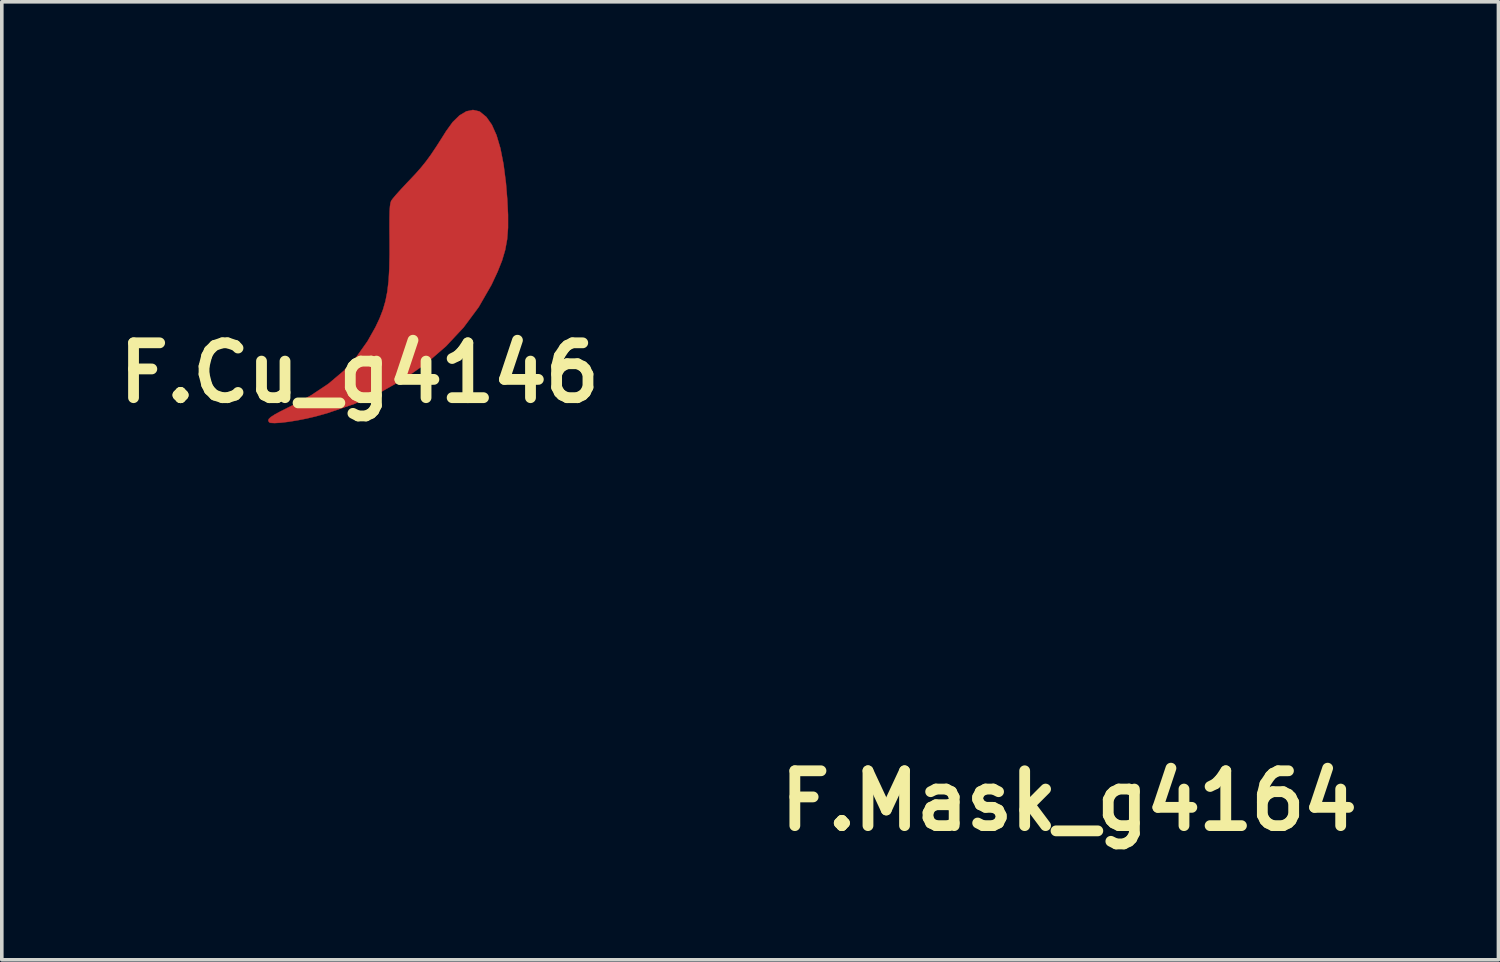
<source format=kicad_pcb>
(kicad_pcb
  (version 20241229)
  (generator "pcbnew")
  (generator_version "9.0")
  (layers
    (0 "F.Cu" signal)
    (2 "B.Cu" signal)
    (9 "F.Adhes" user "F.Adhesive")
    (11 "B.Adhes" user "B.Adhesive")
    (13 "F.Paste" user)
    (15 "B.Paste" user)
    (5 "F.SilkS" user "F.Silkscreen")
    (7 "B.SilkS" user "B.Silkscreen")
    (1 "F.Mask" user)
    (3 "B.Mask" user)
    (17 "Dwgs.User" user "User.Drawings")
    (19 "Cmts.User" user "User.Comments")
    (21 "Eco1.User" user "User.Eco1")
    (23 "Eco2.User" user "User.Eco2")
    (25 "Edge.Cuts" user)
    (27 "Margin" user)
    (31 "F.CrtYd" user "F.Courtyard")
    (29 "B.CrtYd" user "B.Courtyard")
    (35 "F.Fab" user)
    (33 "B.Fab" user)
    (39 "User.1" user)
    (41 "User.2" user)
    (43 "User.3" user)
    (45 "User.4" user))
  (footprint "F.Cu_g4146"
    (layer "F.Cu")
    (at 6.938 7.311)
    (property "Reference" "F.Cu_g4146" (at 0 0 0) (layer "F.SilkS") (effects (font (size 1.524 1.524) (thickness 0.3))))
    (attr through_hole)
    (fp_poly (pts (xy 3.326 -7.267) (xy 3.354 -7.252) (xy 3.528 -7.109) (xy 3.679 -6.894) (xy 3.809 -6.604) (xy 3.917 -6.239) (xy 4.004 -5.796) (xy 4.071 -5.273) (xy 4.108 -4.817) (xy 4.129 -4.392) (xy 4.129 -4.03) (xy 4.104 -3.711) (xy 4.05 -3.415) (xy 3.963 -3.121) (xy 3.839 -2.81) (xy 3.676 -2.462) (xy 3.662 -2.434) (xy 3.314 -1.829) (xy 2.894 -1.263) (xy 2.405 -0.74) (xy 1.853 -0.262) (xy 1.242 0.166) (xy 0.576 0.542) (xy -0.141 0.862) (xy -0.905 1.123) (xy -1.218 1.21) (xy -1.473 1.27) (xy -1.729 1.32) (xy -1.971 1.359) (xy -2.185 1.385) (xy -2.357 1.395) (xy -2.471 1.389) (xy -2.508 1.374) (xy -2.533 1.331) (xy -2.522 1.285) (xy -2.466 1.23) (xy -2.357 1.159) (xy -2.188 1.067) (xy -1.951 0.948) (xy -1.894 0.92) (xy -1.338 0.621) (xy -0.857 0.299) (xy -0.442 -0.052) (xy -0.085 -0.442) (xy 0.224 -0.878) (xy 0.445 -1.27) (xy 0.56 -1.514) (xy 0.652 -1.751) (xy 0.723 -1.995) (xy 0.775 -2.258) (xy 0.81 -2.555) (xy 0.83 -2.898) (xy 0.838 -3.3) (xy 0.837 -3.704) (xy 0.834 -4.036) (xy 0.835 -4.294) (xy 0.839 -4.486) (xy 0.848 -4.624) (xy 0.862 -4.718) (xy 0.88 -4.776) (xy 0.884 -4.784) (xy 0.934 -4.851) (xy 1.03 -4.964) (xy 1.163 -5.111) (xy 1.318 -5.277) (xy 1.393 -5.355) (xy 1.564 -5.537) (xy 1.712 -5.705) (xy 1.849 -5.875) (xy 1.987 -6.064) (xy 2.136 -6.286) (xy 2.31 -6.559) (xy 2.409 -6.717) (xy 2.591 -6.969) (xy 2.78 -7.153) (xy 2.97 -7.267) (xy 3.154 -7.306) (xy 3.326 -7.267)) (stroke (width 0.01) (type solid)) (fill yes) (layer "F.Cu")))
  (footprint "F.Mask_g4164"
    (layer "F.Cu")
    (at 26.657 19.203)
    (property "Reference" "F.Mask_g4164" (at 0 0 0) (layer "F.SilkS") (effects (font (size 1.524 1.524) (thickness 0.3))))
    (attr through_hole)
    (fp_poly (pts (xy -4.283 -7.13) (xy -3.866 -6.997) (xy -3.457 -6.791) (xy -3.058 -6.512) (xy -2.676 -6.161) (xy -2.316 -5.739) (xy -2.222 -5.611) (xy -1.943 -5.161) (xy -1.747 -4.703) (xy -1.63 -4.231) (xy -1.591 -3.737) (xy -1.591 -3.725) (xy -1.629 -3.234) (xy -1.74 -2.773) (xy -1.92 -2.347) (xy -2.163 -1.965) (xy -2.464 -1.631) (xy -2.818 -1.353) (xy -3.221 -1.138) (xy -3.662 -0.993) (xy -3.921 -0.952) (xy -4.227 -0.935) (xy -4.548 -0.943) (xy -4.849 -0.973) (xy -5.059 -1.015) (xy -5.503 -1.165) (xy -5.897 -1.369) (xy -6.26 -1.64) (xy -6.531 -1.901) (xy -6.851 -2.293) (xy -7.099 -2.716) (xy -7.279 -3.18) (xy -7.396 -3.687) (xy -7.429 -3.915) (xy -7.444 -4.101) (xy -7.442 -4.284) (xy -7.423 -4.504) (xy -7.417 -4.557) (xy -7.338 -5.029) (xy -7.207 -5.446) (xy -7.017 -5.826) (xy -6.761 -6.185) (xy -6.63 -6.336) (xy -6.282 -6.662) (xy -5.91 -6.909) (xy -5.519 -7.079) (xy -5.114 -7.172) (xy -4.701 -7.188) (xy -4.283 -7.13)) (stroke (width 0.01) (type solid)) (fill yes) (layer "F.Mask"))
    (fp_poly (pts (xy -6.454 -19.174) (xy -6.033 -19.071) (xy -5.631 -18.891) (xy -5.258 -18.634) (xy -5.118 -18.511) (xy -4.74 -18.104) (xy -4.442 -17.672) (xy -4.223 -17.212) (xy -4.101 -16.816) (xy -4.066 -16.659) (xy -4.043 -16.514) (xy -4.03 -16.362) (xy -4.026 -16.18) (xy -4.028 -15.947) (xy -4.033 -15.769) (xy -4.049 -15.419) (xy -4.076 -15.13) (xy -4.119 -14.877) (xy -4.182 -14.636) (xy -4.27 -14.384) (xy -4.328 -14.238) (xy -4.544 -13.811) (xy -4.819 -13.419) (xy -5.143 -13.071) (xy -5.505 -12.779) (xy -5.895 -12.55) (xy -6.304 -12.394) (xy -6.392 -12.371) (xy -6.561 -12.339) (xy -6.761 -12.315) (xy -6.963 -12.299) (xy -7.137 -12.295) (xy -7.239 -12.302) (xy -7.719 -12.409) (xy -8.137 -12.566) (xy -8.502 -12.776) (xy -8.752 -12.975) (xy -9.068 -13.317) (xy -9.326 -13.711) (xy -9.526 -14.148) (xy -9.668 -14.617) (xy -9.751 -15.109) (xy -9.776 -15.615) (xy -9.741 -16.123) (xy -9.648 -16.625) (xy -9.495 -17.11) (xy -9.282 -17.569) (xy -9.009 -17.991) (xy -8.895 -18.133) (xy -8.589 -18.446) (xy -8.239 -18.718) (xy -7.864 -18.938) (xy -7.484 -19.094) (xy -7.324 -19.138) (xy -6.887 -19.198) (xy -6.454 -19.174)) (stroke (width 0.01) (type solid)) (fill yes) (layer "F.Mask"))
    (fp_poly (pts (xy 6.358 -17.756) (xy 6.769 -17.669) (xy 7.173 -17.515) (xy 7.558 -17.298) (xy 7.91 -17.022) (xy 8.002 -16.935) (xy 8.3 -16.586) (xy 8.538 -16.193) (xy 8.719 -15.752) (xy 8.843 -15.257) (xy 8.912 -14.706) (xy 8.927 -14.093) (xy 8.923 -13.934) (xy 8.91 -13.671) (xy 8.893 -13.469) (xy 8.867 -13.305) (xy 8.829 -13.157) (xy 8.794 -13.049) (xy 8.646 -12.705) (xy 8.444 -12.352) (xy 8.204 -12.011) (xy 7.942 -11.705) (xy 7.674 -11.454) (xy 7.605 -11.401) (xy 7.178 -11.13) (xy 6.746 -10.942) (xy 6.31 -10.838) (xy 5.872 -10.818) (xy 5.652 -10.84) (xy 5.454 -10.888) (xy 5.213 -10.977) (xy 4.997 -11.075) (xy 4.805 -11.176) (xy 4.648 -11.273) (xy 4.5 -11.387) (xy 4.338 -11.535) (xy 4.213 -11.659) (xy 3.94 -11.954) (xy 3.729 -12.237) (xy 3.563 -12.531) (xy 3.427 -12.862) (xy 3.388 -12.978) (xy 3.29 -13.311) (xy 3.225 -13.608) (xy 3.19 -13.9) (xy 3.179 -14.219) (xy 3.184 -14.494) (xy 3.196 -14.745) (xy 3.213 -14.938) (xy 3.239 -15.102) (xy 3.28 -15.263) (xy 3.34 -15.45) (xy 3.34 -15.452) (xy 3.549 -15.959) (xy 3.813 -16.417) (xy 4.127 -16.819) (xy 4.485 -17.159) (xy 4.882 -17.434) (xy 5.312 -17.635) (xy 5.565 -17.715) (xy 5.953 -17.773) (xy 6.358 -17.756)) (stroke (width 0.01) (type solid)) (fill yes) (layer "F.Mask")))
  (gr_rect
    (start -3 -3)
    (end 38.588 23.621)
    (stroke (width 0.1) (type default))
    (fill no)
    (layer "Edge.Cuts")))
</source>
